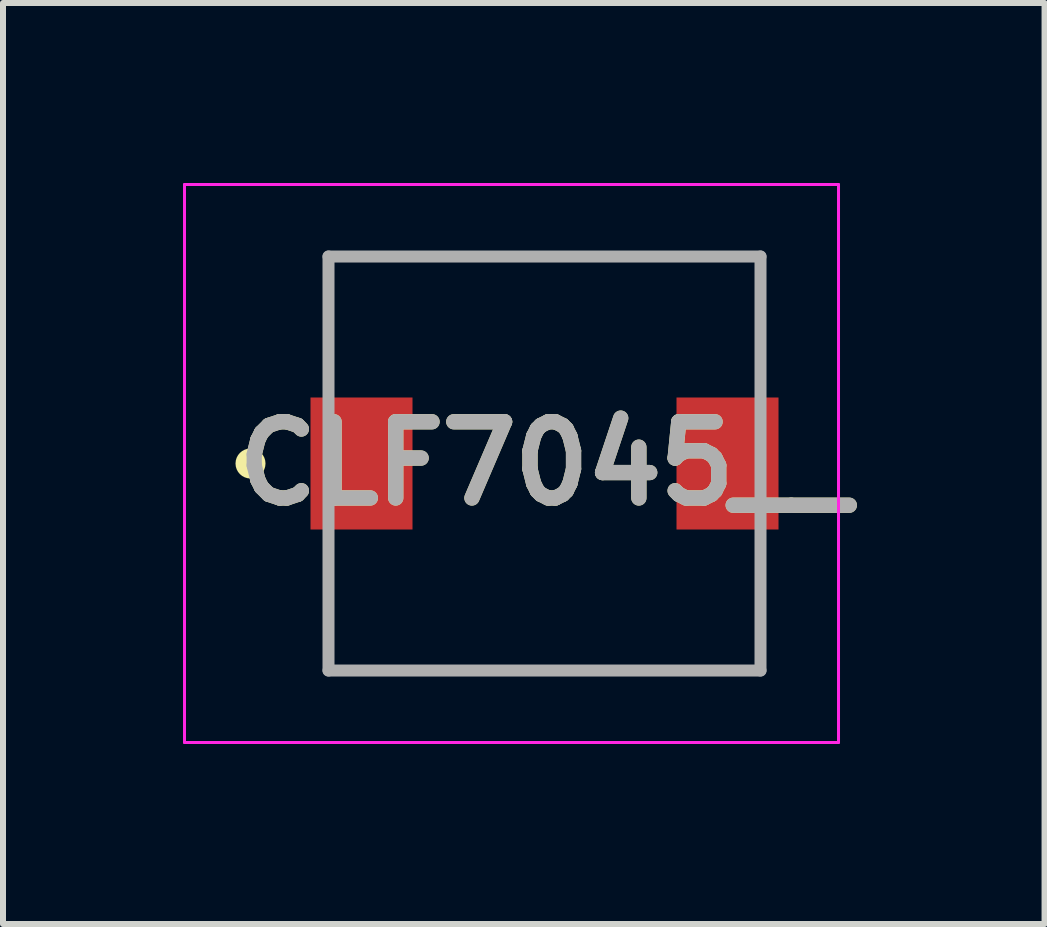
<source format=kicad_pcb>
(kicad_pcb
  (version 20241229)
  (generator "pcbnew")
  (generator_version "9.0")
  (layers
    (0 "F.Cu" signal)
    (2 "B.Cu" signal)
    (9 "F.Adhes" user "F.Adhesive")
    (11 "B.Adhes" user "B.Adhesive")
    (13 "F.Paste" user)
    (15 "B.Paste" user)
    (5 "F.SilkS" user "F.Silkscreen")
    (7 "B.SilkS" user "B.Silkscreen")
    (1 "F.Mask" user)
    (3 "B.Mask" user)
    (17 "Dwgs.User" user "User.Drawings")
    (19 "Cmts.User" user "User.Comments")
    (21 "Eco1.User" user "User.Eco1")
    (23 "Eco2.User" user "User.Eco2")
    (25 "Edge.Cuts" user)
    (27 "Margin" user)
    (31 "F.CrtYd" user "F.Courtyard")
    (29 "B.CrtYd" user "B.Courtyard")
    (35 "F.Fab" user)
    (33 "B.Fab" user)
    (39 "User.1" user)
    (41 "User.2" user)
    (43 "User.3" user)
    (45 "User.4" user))
  (footprint "CLF7045__"
    (layer "F.Cu")
    (at 6.025 4.675)
    (property "Reference" "CLF7045__" (at 0 0 0) (layer "F.SilkS") (effects (font (size 1.27 1.27) (thickness 0.254))))
    (attr smd)
    (fp_line (start -3.6 -3.45) (end 3.6 -3.45) (stroke (width 0.1) (type solid)) (layer "F.SilkS"))
    (fp_line (start 3.6 3.45) (end -3.6 3.45) (stroke (width 0.1) (type solid)) (layer "F.SilkS"))
    (fp_circle (center -4.9 0) (end -4.9 0.05) (stroke (width 0.2) (type solid)) (fill no) (layer "F.SilkS"))
    (fp_line (start -6 -4.65) (end 4.9 -4.65) (stroke (width 0.05) (type solid)) (layer "F.CrtYd"))
    (fp_line (start -6 4.65) (end -6 -4.65) (stroke (width 0.05) (type solid)) (layer "F.CrtYd"))
    (fp_line (start 4.9 -4.65) (end 4.9 4.65) (stroke (width 0.05) (type solid)) (layer "F.CrtYd"))
    (fp_line (start 4.9 4.65) (end -6 4.65) (stroke (width 0.05) (type solid)) (layer "F.CrtYd"))
    (fp_line (start -3.6 -3.45) (end 3.6 -3.45) (stroke (width 0.2) (type solid)) (layer "F.Fab"))
    (fp_line (start -3.6 3.45) (end -3.6 -3.45) (stroke (width 0.2) (type solid)) (layer "F.Fab"))
    (fp_line (start 3.6 -3.45) (end 3.6 3.45) (stroke (width 0.2) (type solid)) (layer "F.Fab"))
    (fp_line (start 3.6 3.45) (end -3.6 3.45) (stroke (width 0.2) (type solid)) (layer "F.Fab"))
    (fp_text user "${REFERENCE}" (at 0 0 0) (layer "F.Fab") (effects (font (size 1.27 1.27) (thickness 0.254))))
    (pad "1" smd rect (at -3.05 0) (size 1.7 2.2) (layers "F.Cu" "F.Mask" "F.Paste"))
    (pad "2" smd rect (at 3.05 0) (size 1.7 2.2) (layers "F.Cu" "F.Mask" "F.Paste")))
  (gr_rect
    (start -3 -3)
    (end 14.359 12.35)
    (stroke (width 0.1) (type default))
    (fill no)
    (layer "Edge.Cuts")))
</source>
